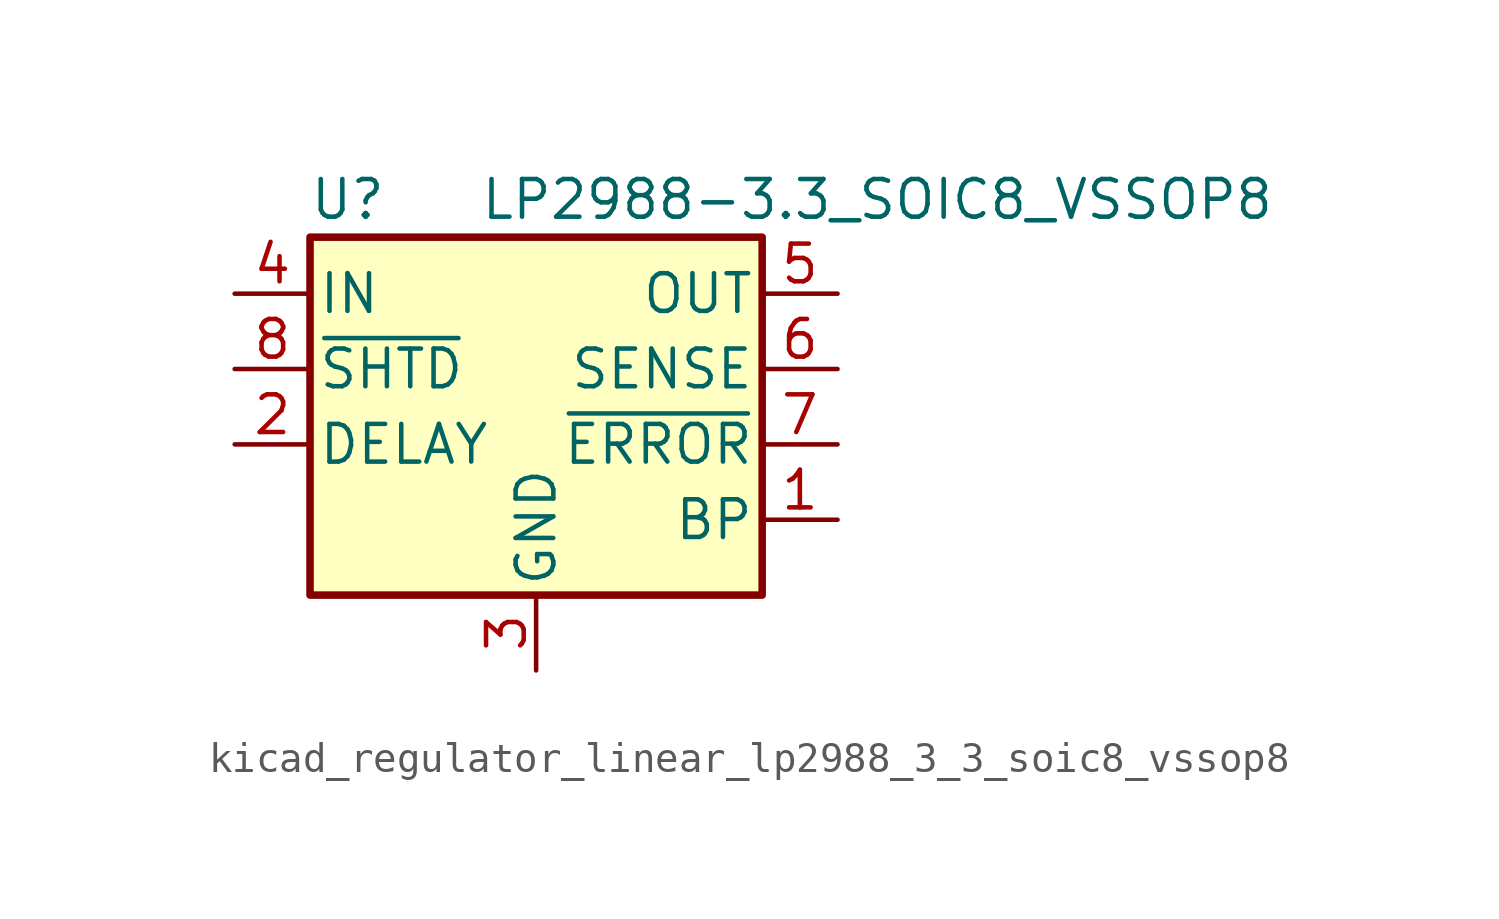
<source format=kicad_sym>
(kicad_symbol_lib
  (version 20220914)
  (generator kicad_symbol_editor)
  (symbol "kicad_regulator_linear_lp2988_3_3_soic8_vssop8"
    (pin_names
      (offset 0.254))
    (property "Reference" "U"
      (at -6.35 5.715 0)
      (effects (font (size 1.27 1.27))))
    (property "Value" "LP2988-3.3_SOIC8_VSSOP8"
      (at -1.905 5.715 0)
      (effects (font (size 1.27 1.27)) (justify left)))
    (symbol "kicad_regulator_linear_lp2988_3_3_soic8_vssop8_0_1"
      (rectangle (start -7.62 4.445) (end 7.62 -7.62) (stroke (width 0.254) (type default)) (fill (type background))))
    (symbol "kicad_regulator_linear_lp2988_3_3_soic8_vssop8_1_1"
      (pin passive line (at 10.16 -5.08 180) (length 2.54) (name "BP" (effects (font (size 1.27 1.27)))) (number "1" (effects (font (size 1.27 1.27)))))
      (pin passive line (at -10.16 -2.54 0) (length 2.54) (name "DELAY" (effects (font (size 1.27 1.27)))) (number "2" (effects (font (size 1.27 1.27)))))
      (pin power_in line (at 0 -10.16 90) (length 2.54) (name "GND" (effects (font (size 1.27 1.27)))) (number "3" (effects (font (size 1.27 1.27)))))
      (pin power_in line (at -10.16 2.54 0) (length 2.54) (name "IN" (effects (font (size 1.27 1.27)))) (number "4" (effects (font (size 1.27 1.27)))))
      (pin power_out line (at 10.16 2.54 180) (length 2.54) (name "OUT" (effects (font (size 1.27 1.27)))) (number "5" (effects (font (size 1.27 1.27)))))
      (pin input line (at 10.16 0 180) (length 2.54) (name "SENSE" (effects (font (size 1.27 1.27)))) (number "6" (effects (font (size 1.27 1.27)))))
      (pin output line (at 10.16 -2.54 180) (length 2.54) (name "~{ERROR}" (effects (font (size 1.27 1.27)))) (number "7" (effects (font (size 1.27 1.27)))))
      (pin input line (at -10.16 0 0) (length 2.54) (name "~{SHTD}" (effects (font (size 1.27 1.27)))) (number "8" (effects (font (size 1.27 1.27))))))))
</source>
